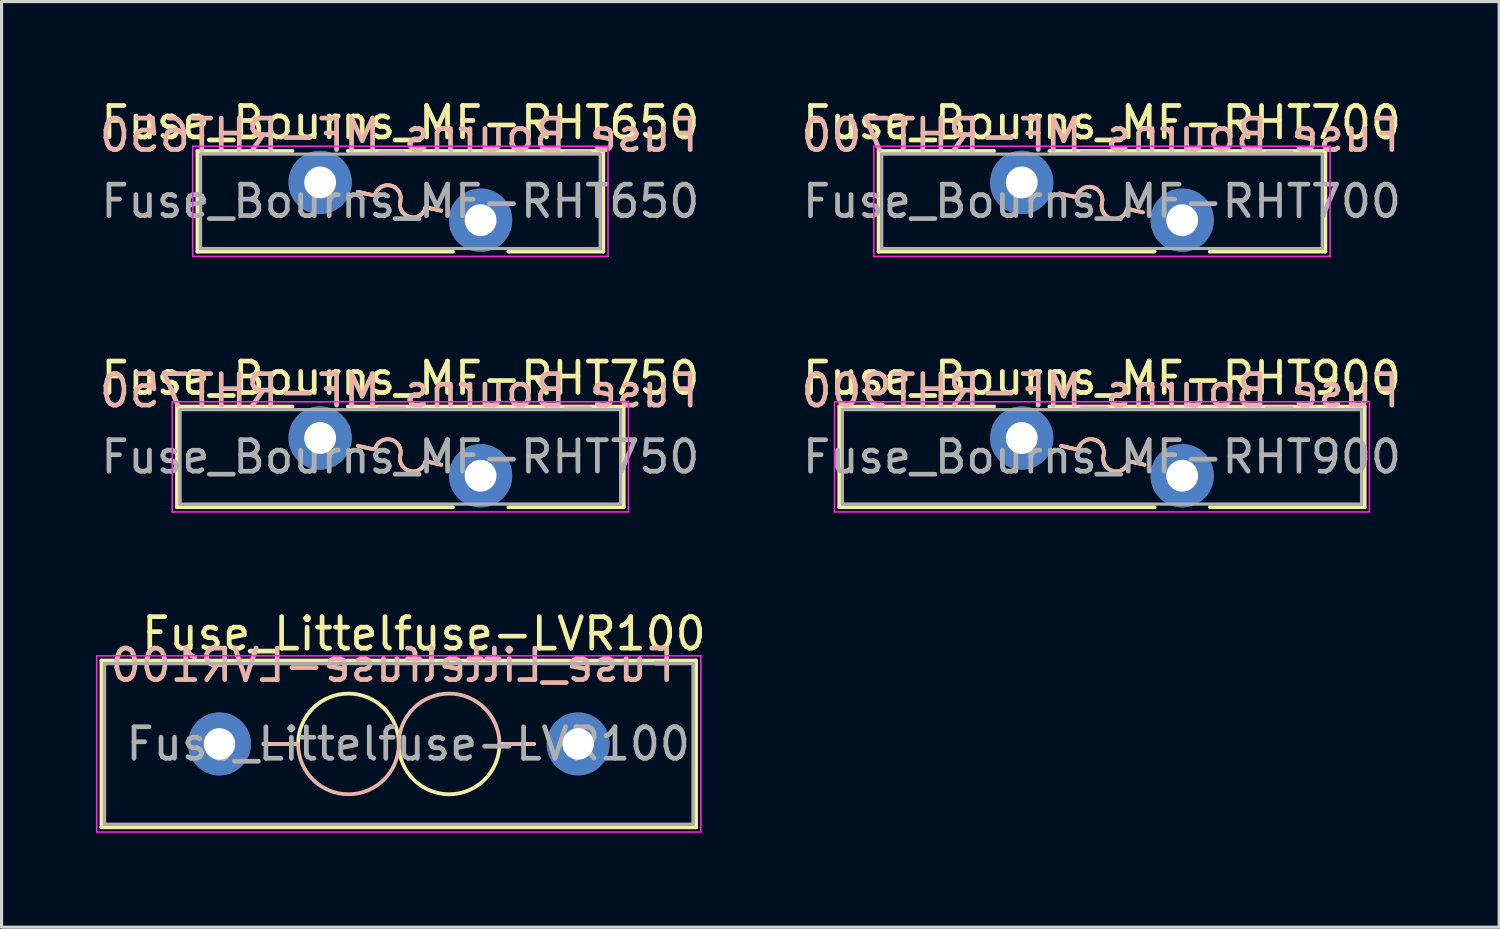
<source format=kicad_pcb>
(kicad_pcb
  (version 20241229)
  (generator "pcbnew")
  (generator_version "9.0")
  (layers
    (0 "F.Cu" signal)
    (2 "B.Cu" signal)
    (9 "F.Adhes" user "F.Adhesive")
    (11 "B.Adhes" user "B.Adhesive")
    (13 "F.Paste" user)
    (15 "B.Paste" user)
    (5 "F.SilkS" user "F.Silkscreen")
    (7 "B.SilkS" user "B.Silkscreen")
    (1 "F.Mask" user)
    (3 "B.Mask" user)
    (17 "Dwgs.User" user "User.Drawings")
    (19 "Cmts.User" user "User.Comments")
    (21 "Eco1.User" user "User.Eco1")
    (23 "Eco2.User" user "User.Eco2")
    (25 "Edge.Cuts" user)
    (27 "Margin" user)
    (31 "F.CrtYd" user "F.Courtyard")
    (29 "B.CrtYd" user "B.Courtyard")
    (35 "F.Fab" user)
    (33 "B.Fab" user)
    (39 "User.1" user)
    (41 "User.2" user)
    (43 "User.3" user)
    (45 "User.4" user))
  (footprint "Fuse_Bourns_MF-RHT750"
    (layer "F.Cu")
    (at 7.125 10.871)
    (property "Reference" "Fuse_Bourns_MF-RHT750" (at 2.55 -1.9 0) (layer "F.SilkS") (effects (font (size 1 1) (thickness 0.15))))
    (fp_line (start -4.55 -1) (end -4.55 2.2) (stroke (width 0.12) (type solid)) (layer "F.SilkS"))
    (fp_line (start -4.55 -1) (end -0.879 -1) (stroke (width 0.12) (type solid)) (layer "F.SilkS"))
    (fp_line (start -4.55 2.2) (end 4.222 2.2) (stroke (width 0.12) (type solid)) (layer "F.SilkS"))
    (fp_line (start 0.879 -1) (end 9.65 -1) (stroke (width 0.12) (type solid)) (layer "F.SilkS"))
    (fp_line (start 1.2 0.25) (end 1.65 0.35) (stroke (width 0.12) (type solid)) (layer "F.SilkS"))
    (fp_line (start 1.75 0.35) (end 1.65 0.35) (stroke (width 0.12) (type solid)) (layer "F.SilkS"))
    (fp_line (start 3.35 0.75) (end 3.4 0.75) (stroke (width 0.12) (type solid)) (layer "F.SilkS"))
    (fp_line (start 3.4 0.75) (end 3.85 0.85) (stroke (width 0.12) (type solid)) (layer "F.SilkS"))
    (fp_line (start 5.979 2.2) (end 9.65 2.2) (stroke (width 0.12) (type solid)) (layer "F.SilkS"))
    (fp_line (start 9.65 -1) (end 9.65 2.2) (stroke (width 0.12) (type solid)) (layer "F.SilkS"))
    (fp_arc (start 1.750001 0.350001) (mid 2.249999 0.050001) (end 2.549999 0.549999) (stroke (width 0.12) (type solid)) (layer "F.SilkS"))
    (fp_arc (start 3.349999 0.749999) (mid 2.850001 1.049999) (end 2.550001 0.550001) (stroke (width 0.12) (type solid)) (layer "F.SilkS"))
    (fp_line (start 1.2 0.25) (end 1.65 0.35) (stroke (width 0.12) (type solid)) (layer "B.SilkS"))
    (fp_line (start 1.75 0.35) (end 1.65 0.35) (stroke (width 0.12) (type solid)) (layer "B.SilkS"))
    (fp_line (start 3.35 0.75) (end 3.4 0.75) (stroke (width 0.12) (type solid)) (layer "B.SilkS"))
    (fp_line (start 3.4 0.75) (end 3.85 0.85) (stroke (width 0.12) (type solid)) (layer "B.SilkS"))
    (fp_arc (start 1.750001 0.350001) (mid 2.249999 0.050001) (end 2.549999 0.549999) (stroke (width 0.12) (type solid)) (layer "B.SilkS"))
    (fp_arc (start 3.349999 0.749999) (mid 2.850001 1.049999) (end 2.550001 0.550001) (stroke (width 0.12) (type solid)) (layer "B.SilkS"))
    (fp_line (start -4.7 -1.15) (end -4.7 2.35) (stroke (width 0.05) (type solid)) (layer "F.CrtYd"))
    (fp_line (start -4.7 2.35) (end 9.8 2.35) (stroke (width 0.05) (type solid)) (layer "F.CrtYd"))
    (fp_line (start 9.8 -1.15) (end -4.7 -1.15) (stroke (width 0.05) (type solid)) (layer "F.CrtYd"))
    (fp_line (start 9.8 2.35) (end 9.8 -1.15) (stroke (width 0.05) (type solid)) (layer "F.CrtYd"))
    (fp_line (start -4.45 -0.9) (end -4.45 2.1) (stroke (width 0.1) (type solid)) (layer "F.Fab"))
    (fp_line (start -4.45 2.1) (end 9.55 2.1) (stroke (width 0.1) (type solid)) (layer "F.Fab"))
    (fp_line (start 9.55 -0.9) (end -4.45 -0.9) (stroke (width 0.1) (type solid)) (layer "F.Fab"))
    (fp_line (start 9.55 2.1) (end 9.55 -0.9) (stroke (width 0.1) (type solid)) (layer "F.Fab"))
    (fp_text user "${REFERENCE}" (at 2.5 -1.5 0) (layer "B.SilkS") (effects (font (size 1 1) (thickness 0.15)) (justify mirror)))
    (fp_text user "${REFERENCE}" (at 2.55 0.6 0) (layer "F.Fab") (effects (font (size 1 1) (thickness 0.15))))
    (pad "1" thru_hole circle (at 0 0) (size 2.01 2.01) (drill 1.01) (layers "*.Cu" "*.Mask"))
    (pad "2" thru_hole circle (at 5.1 1.2) (size 2.01 2.01) (drill 1.01) (layers "*.Cu" "*.Mask")))
  (footprint "Fuse_Bourns_MF-RHT700"
    (layer "F.Cu")
    (at 29.425 2.748)
    (property "Reference" "Fuse_Bourns_MF-RHT700" (at 2.55 -1.9 0) (layer "F.SilkS") (effects (font (size 1 1) (thickness 0.15))))
    (fp_line (start -4.55 -1) (end -4.55 2.2) (stroke (width 0.12) (type solid)) (layer "F.SilkS"))
    (fp_line (start -4.55 -1) (end -0.879 -1) (stroke (width 0.12) (type solid)) (layer "F.SilkS"))
    (fp_line (start -4.55 2.2) (end 4.222 2.2) (stroke (width 0.12) (type solid)) (layer "F.SilkS"))
    (fp_line (start 0.879 -1) (end 9.65 -1) (stroke (width 0.12) (type solid)) (layer "F.SilkS"))
    (fp_line (start 1.2 0.35) (end 1.65 0.45) (stroke (width 0.12) (type solid)) (layer "F.SilkS"))
    (fp_line (start 1.75 0.45) (end 1.65 0.45) (stroke (width 0.12) (type solid)) (layer "F.SilkS"))
    (fp_line (start 3.35 0.85) (end 3.4 0.85) (stroke (width 0.12) (type solid)) (layer "F.SilkS"))
    (fp_line (start 3.4 0.85) (end 3.85 0.95) (stroke (width 0.12) (type solid)) (layer "F.SilkS"))
    (fp_line (start 5.979 2.2) (end 9.65 2.2) (stroke (width 0.12) (type solid)) (layer "F.SilkS"))
    (fp_line (start 9.65 -1) (end 9.65 2.2) (stroke (width 0.12) (type solid)) (layer "F.SilkS"))
    (fp_arc (start 1.750001 0.450001) (mid 2.249999 0.150001) (end 2.549999 0.649999) (stroke (width 0.12) (type solid)) (layer "F.SilkS"))
    (fp_arc (start 3.349999 0.849999) (mid 2.850001 1.149999) (end 2.550001 0.650001) (stroke (width 0.12) (type solid)) (layer "F.SilkS"))
    (fp_line (start 1.2 0.35) (end 1.65 0.45) (stroke (width 0.12) (type solid)) (layer "B.SilkS"))
    (fp_line (start 1.75 0.45) (end 1.65 0.45) (stroke (width 0.12) (type solid)) (layer "B.SilkS"))
    (fp_line (start 3.35 0.85) (end 3.4 0.85) (stroke (width 0.12) (type solid)) (layer "B.SilkS"))
    (fp_line (start 3.4 0.85) (end 3.85 0.95) (stroke (width 0.12) (type solid)) (layer "B.SilkS"))
    (fp_arc (start 1.750001 0.450001) (mid 2.249999 0.150001) (end 2.549999 0.649999) (stroke (width 0.12) (type solid)) (layer "B.SilkS"))
    (fp_arc (start 3.349999 0.849999) (mid 2.850001 1.149999) (end 2.550001 0.650001) (stroke (width 0.12) (type solid)) (layer "B.SilkS"))
    (fp_line (start -4.7 -1.15) (end -4.7 2.35) (stroke (width 0.05) (type solid)) (layer "F.CrtYd"))
    (fp_line (start -4.7 2.35) (end 9.8 2.35) (stroke (width 0.05) (type solid)) (layer "F.CrtYd"))
    (fp_line (start 9.8 -1.15) (end -4.7 -1.15) (stroke (width 0.05) (type solid)) (layer "F.CrtYd"))
    (fp_line (start 9.8 2.35) (end 9.8 -1.15) (stroke (width 0.05) (type solid)) (layer "F.CrtYd"))
    (fp_line (start -4.45 -0.9) (end -4.45 2.1) (stroke (width 0.1) (type solid)) (layer "F.Fab"))
    (fp_line (start -4.45 2.1) (end 9.55 2.1) (stroke (width 0.1) (type solid)) (layer "F.Fab"))
    (fp_line (start 9.55 -0.9) (end -4.45 -0.9) (stroke (width 0.1) (type solid)) (layer "F.Fab"))
    (fp_line (start 9.55 2.1) (end 9.55 -0.9) (stroke (width 0.1) (type solid)) (layer "F.Fab"))
    (fp_text user "${REFERENCE}" (at 2.5 -1.5 0) (layer "B.SilkS") (effects (font (size 1 1) (thickness 0.15)) (justify mirror)))
    (fp_text user "${REFERENCE}" (at 2.55 0.6 0) (layer "F.Fab") (effects (font (size 1 1) (thickness 0.15))))
    (pad "1" thru_hole circle (at 0 0) (size 2.01 2.01) (drill 1.01) (layers "*.Cu" "*.Mask"))
    (pad "2" thru_hole circle (at 5.1 1.2) (size 2.01 2.01) (drill 1.01) (layers "*.Cu" "*.Mask")))
  (footprint "Fuse_Littelfuse-LVR100"
    (layer "F.Cu")
    (at 3.925 20.595)
    (property "Reference" "Fuse_Littelfuse-LVR100" (at 6.5 -3.5 0) (layer "F.SilkS") (effects (font (size 1 1) (thickness 0.15))))
    (fp_line (start -3.75 -2.65) (end -3.75 2.65) (stroke (width 0.12) (type solid)) (layer "F.SilkS"))
    (fp_line (start -3.75 -2.65) (end 15.15 -2.65) (stroke (width 0.12) (type solid)) (layer "F.SilkS"))
    (fp_line (start 1.4 0) (end 2.5 0) (stroke (width 0.12) (type solid)) (layer "F.SilkS"))
    (fp_line (start 8.9 0) (end 10 0) (stroke (width 0.12) (type solid)) (layer "F.SilkS"))
    (fp_line (start 15.15 2.65) (end -3.75 2.65) (stroke (width 0.12) (type solid)) (layer "F.SilkS"))
    (fp_line (start 15.15 2.65) (end 15.15 -2.65) (stroke (width 0.12) (type solid)) (layer "F.SilkS"))
    (fp_arc (start 2.5 0) (mid 4.1 -1.6) (end 5.7 0) (stroke (width 0.12) (type solid)) (layer "F.SilkS"))
    (fp_arc (start 8.9 0) (mid 7.3 1.6) (end 5.7 0) (stroke (width 0.12) (type solid)) (layer "F.SilkS"))
    (fp_line (start 2.5 0) (end 1.4 0) (stroke (width 0.12) (type solid)) (layer "B.SilkS"))
    (fp_line (start 10 0) (end 8.9 0) (stroke (width 0.12) (type solid)) (layer "B.SilkS"))
    (fp_arc (start 5.7 0) (mid 4.1 1.6) (end 2.5 0) (stroke (width 0.12) (type solid)) (layer "B.SilkS"))
    (fp_arc (start 5.7 0) (mid 7.3 -1.6) (end 8.9 0) (stroke (width 0.12) (type solid)) (layer "B.SilkS"))
    (fp_line (start -3.9 -2.8) (end -3.9 2.8) (stroke (width 0.05) (type solid)) (layer "F.CrtYd"))
    (fp_line (start -3.9 -2.8) (end 15.3 -2.8) (stroke (width 0.05) (type solid)) (layer "F.CrtYd"))
    (fp_line (start 15.3 2.8) (end -3.9 2.8) (stroke (width 0.05) (type solid)) (layer "F.CrtYd"))
    (fp_line (start 15.3 2.8) (end 15.3 -2.8) (stroke (width 0.05) (type solid)) (layer "F.CrtYd"))
    (fp_line (start -3.65 -2.55) (end -3.65 2.55) (stroke (width 0.1) (type solid)) (layer "F.Fab"))
    (fp_line (start -3.65 2.55) (end 15.05 2.55) (stroke (width 0.1) (type solid)) (layer "F.Fab"))
    (fp_line (start 15.05 -2.55) (end -3.65 -2.55) (stroke (width 0.1) (type solid)) (layer "F.Fab"))
    (fp_line (start 15.05 2.55) (end 15.05 -2.55) (stroke (width 0.1) (type solid)) (layer "F.Fab"))
    (fp_text user "${REFERENCE}" (at 5.5 -2.5 0) (layer "B.SilkS") (effects (font (size 1 1) (thickness 0.15)) (justify mirror)))
    (fp_text user "${REFERENCE}" (at 6 0 0) (layer "F.Fab") (effects (font (size 1 1) (thickness 0.15))))
    (pad "1" thru_hole circle (at 0 0) (size 2 2) (drill 1) (layers "*.Cu" "*.Mask"))
    (pad "2" thru_hole circle (at 11.4 0) (size 2 2) (drill 1) (layers "*.Cu" "*.Mask")))
  (footprint "Fuse_Bourns_MF-RHT900"
    (layer "F.Cu")
    (at 29.425 10.871)
    (property "Reference" "Fuse_Bourns_MF-RHT900" (at 2.55 -1.9 0) (layer "F.SilkS") (effects (font (size 1 1) (thickness 0.15))))
    (fp_line (start -5.8 -1) (end -5.8 2.2) (stroke (width 0.12) (type solid)) (layer "F.SilkS"))
    (fp_line (start -5.8 -1) (end -0.879 -1) (stroke (width 0.12) (type solid)) (layer "F.SilkS"))
    (fp_line (start -5.8 2.2) (end 4.222 2.2) (stroke (width 0.12) (type solid)) (layer "F.SilkS"))
    (fp_line (start 0.879 -1) (end 10.9 -1) (stroke (width 0.12) (type solid)) (layer "F.SilkS"))
    (fp_line (start 1.25 0.25) (end 1.7 0.35) (stroke (width 0.12) (type solid)) (layer "F.SilkS"))
    (fp_line (start 1.8 0.35) (end 1.7 0.35) (stroke (width 0.12) (type solid)) (layer "F.SilkS"))
    (fp_line (start 3.4 0.75) (end 3.45 0.75) (stroke (width 0.12) (type solid)) (layer "F.SilkS"))
    (fp_line (start 3.45 0.75) (end 3.9 0.85) (stroke (width 0.12) (type solid)) (layer "F.SilkS"))
    (fp_line (start 5.979 2.2) (end 10.9 2.2) (stroke (width 0.12) (type solid)) (layer "F.SilkS"))
    (fp_line (start 10.9 -1) (end 10.9 2.2) (stroke (width 0.12) (type solid)) (layer "F.SilkS"))
    (fp_arc (start 1.800001 0.350001) (mid 2.299999 0.050001) (end 2.599999 0.549999) (stroke (width 0.12) (type solid)) (layer "F.SilkS"))
    (fp_arc (start 3.399999 0.749999) (mid 2.900001 1.049999) (end 2.600001 0.550001) (stroke (width 0.12) (type solid)) (layer "F.SilkS"))
    (fp_line (start 1.25 0.25) (end 1.7 0.35) (stroke (width 0.12) (type solid)) (layer "B.SilkS"))
    (fp_line (start 1.8 0.35) (end 1.7 0.35) (stroke (width 0.12) (type solid)) (layer "B.SilkS"))
    (fp_line (start 3.4 0.75) (end 3.45 0.75) (stroke (width 0.12) (type solid)) (layer "B.SilkS"))
    (fp_line (start 3.45 0.75) (end 3.9 0.85) (stroke (width 0.12) (type solid)) (layer "B.SilkS"))
    (fp_arc (start 1.800001 0.350001) (mid 2.299999 0.050001) (end 2.599999 0.549999) (stroke (width 0.12) (type solid)) (layer "B.SilkS"))
    (fp_arc (start 3.399999 0.749999) (mid 2.900001 1.049999) (end 2.600001 0.550001) (stroke (width 0.12) (type solid)) (layer "B.SilkS"))
    (fp_line (start -5.95 -1.15) (end -5.95 2.35) (stroke (width 0.05) (type solid)) (layer "F.CrtYd"))
    (fp_line (start -5.95 2.35) (end 11.05 2.35) (stroke (width 0.05) (type solid)) (layer "F.CrtYd"))
    (fp_line (start 11.05 -1.15) (end -5.95 -1.15) (stroke (width 0.05) (type solid)) (layer "F.CrtYd"))
    (fp_line (start 11.05 2.35) (end 11.05 -1.15) (stroke (width 0.05) (type solid)) (layer "F.CrtYd"))
    (fp_line (start -5.7 -0.9) (end -5.7 2.1) (stroke (width 0.1) (type solid)) (layer "F.Fab"))
    (fp_line (start -5.7 2.1) (end 10.8 2.1) (stroke (width 0.1) (type solid)) (layer "F.Fab"))
    (fp_line (start 10.8 -0.9) (end -5.7 -0.9) (stroke (width 0.1) (type solid)) (layer "F.Fab"))
    (fp_line (start 10.8 2.1) (end 10.8 -0.9) (stroke (width 0.1) (type solid)) (layer "F.Fab"))
    (fp_text user "${REFERENCE}" (at 2.5 -1.5 0) (layer "B.SilkS") (effects (font (size 1 1) (thickness 0.15)) (justify mirror)))
    (fp_text user "${REFERENCE}" (at 2.55 0.6 0) (layer "F.Fab") (effects (font (size 1 1) (thickness 0.15))))
    (pad "1" thru_hole circle (at 0 0) (size 2.01 2.01) (drill 1.01) (layers "*.Cu" "*.Mask"))
    (pad "2" thru_hole circle (at 5.1 1.2) (size 2.01 2.01) (drill 1.01) (layers "*.Cu" "*.Mask")))
  (footprint "Fuse_Bourns_MF-RHT650"
    (layer "F.Cu")
    (at 7.125 2.748)
    (property "Reference" "Fuse_Bourns_MF-RHT650" (at 2.55 -1.9 0) (layer "F.SilkS") (effects (font (size 1 1) (thickness 0.15))))
    (fp_line (start -3.9 -1) (end -3.9 2.2) (stroke (width 0.12) (type solid)) (layer "F.SilkS"))
    (fp_line (start -3.9 -1) (end -0.879 -1) (stroke (width 0.12) (type solid)) (layer "F.SilkS"))
    (fp_line (start -3.9 2.2) (end 4.222 2.2) (stroke (width 0.12) (type solid)) (layer "F.SilkS"))
    (fp_line (start 0.879 -1) (end 9 -1) (stroke (width 0.12) (type solid)) (layer "F.SilkS"))
    (fp_line (start 1.2 0.3) (end 1.65 0.4) (stroke (width 0.12) (type solid)) (layer "F.SilkS"))
    (fp_line (start 1.75 0.4) (end 1.65 0.4) (stroke (width 0.12) (type solid)) (layer "F.SilkS"))
    (fp_line (start 3.35 0.8) (end 3.4 0.8) (stroke (width 0.12) (type solid)) (layer "F.SilkS"))
    (fp_line (start 3.4 0.8) (end 3.85 0.9) (stroke (width 0.12) (type solid)) (layer "F.SilkS"))
    (fp_line (start 5.979 2.2) (end 9 2.2) (stroke (width 0.12) (type solid)) (layer "F.SilkS"))
    (fp_line (start 9 -1) (end 9 2.2) (stroke (width 0.12) (type solid)) (layer "F.SilkS"))
    (fp_arc (start 1.750001 0.400001) (mid 2.249999 0.100001) (end 2.549999 0.599999) (stroke (width 0.12) (type solid)) (layer "F.SilkS"))
    (fp_arc (start 3.349999 0.799999) (mid 2.850001 1.099999) (end 2.550001 0.600001) (stroke (width 0.12) (type solid)) (layer "F.SilkS"))
    (fp_line (start 1.2 0.3) (end 1.65 0.4) (stroke (width 0.12) (type solid)) (layer "B.SilkS"))
    (fp_line (start 1.75 0.4) (end 1.65 0.4) (stroke (width 0.12) (type solid)) (layer "B.SilkS"))
    (fp_line (start 3.35 0.8) (end 3.4 0.8) (stroke (width 0.12) (type solid)) (layer "B.SilkS"))
    (fp_line (start 3.4 0.8) (end 3.85 0.9) (stroke (width 0.12) (type solid)) (layer "B.SilkS"))
    (fp_arc (start 1.750001 0.400001) (mid 2.249999 0.100001) (end 2.549999 0.599999) (stroke (width 0.12) (type solid)) (layer "B.SilkS"))
    (fp_arc (start 3.349999 0.799999) (mid 2.850001 1.099999) (end 2.550001 0.600001) (stroke (width 0.12) (type solid)) (layer "B.SilkS"))
    (fp_line (start -4.05 -1.15) (end -4.05 2.35) (stroke (width 0.05) (type solid)) (layer "F.CrtYd"))
    (fp_line (start -4.05 2.35) (end 9.15 2.35) (stroke (width 0.05) (type solid)) (layer "F.CrtYd"))
    (fp_line (start 9.15 -1.15) (end -4.05 -1.15) (stroke (width 0.05) (type solid)) (layer "F.CrtYd"))
    (fp_line (start 9.15 2.35) (end 9.15 -1.15) (stroke (width 0.05) (type solid)) (layer "F.CrtYd"))
    (fp_line (start -3.8 -0.9) (end -3.8 2.1) (stroke (width 0.1) (type solid)) (layer "F.Fab"))
    (fp_line (start -3.8 2.1) (end 8.9 2.1) (stroke (width 0.1) (type solid)) (layer "F.Fab"))
    (fp_line (start 8.9 -0.9) (end -3.8 -0.9) (stroke (width 0.1) (type solid)) (layer "F.Fab"))
    (fp_line (start 8.9 2.1) (end 8.9 -0.9) (stroke (width 0.1) (type solid)) (layer "F.Fab"))
    (fp_text user "${REFERENCE}" (at 2.5 -1.5 0) (layer "B.SilkS") (effects (font (size 1 1) (thickness 0.15)) (justify mirror)))
    (fp_text user "${REFERENCE}" (at 2.55 0.6 0) (layer "F.Fab") (effects (font (size 1 1) (thickness 0.15))))
    (pad "1" thru_hole circle (at 0 0) (size 2.01 2.01) (drill 1.01) (layers "*.Cu" "*.Mask"))
    (pad "2" thru_hole circle (at 5.1 1.2) (size 2.01 2.01) (drill 1.01) (layers "*.Cu" "*.Mask")))
  (gr_rect
    (start -3 -3)
    (end 44.6 26.42)
    (stroke (width 0.1) (type default))
    (fill no)
    (layer "Edge.Cuts")))
</source>
